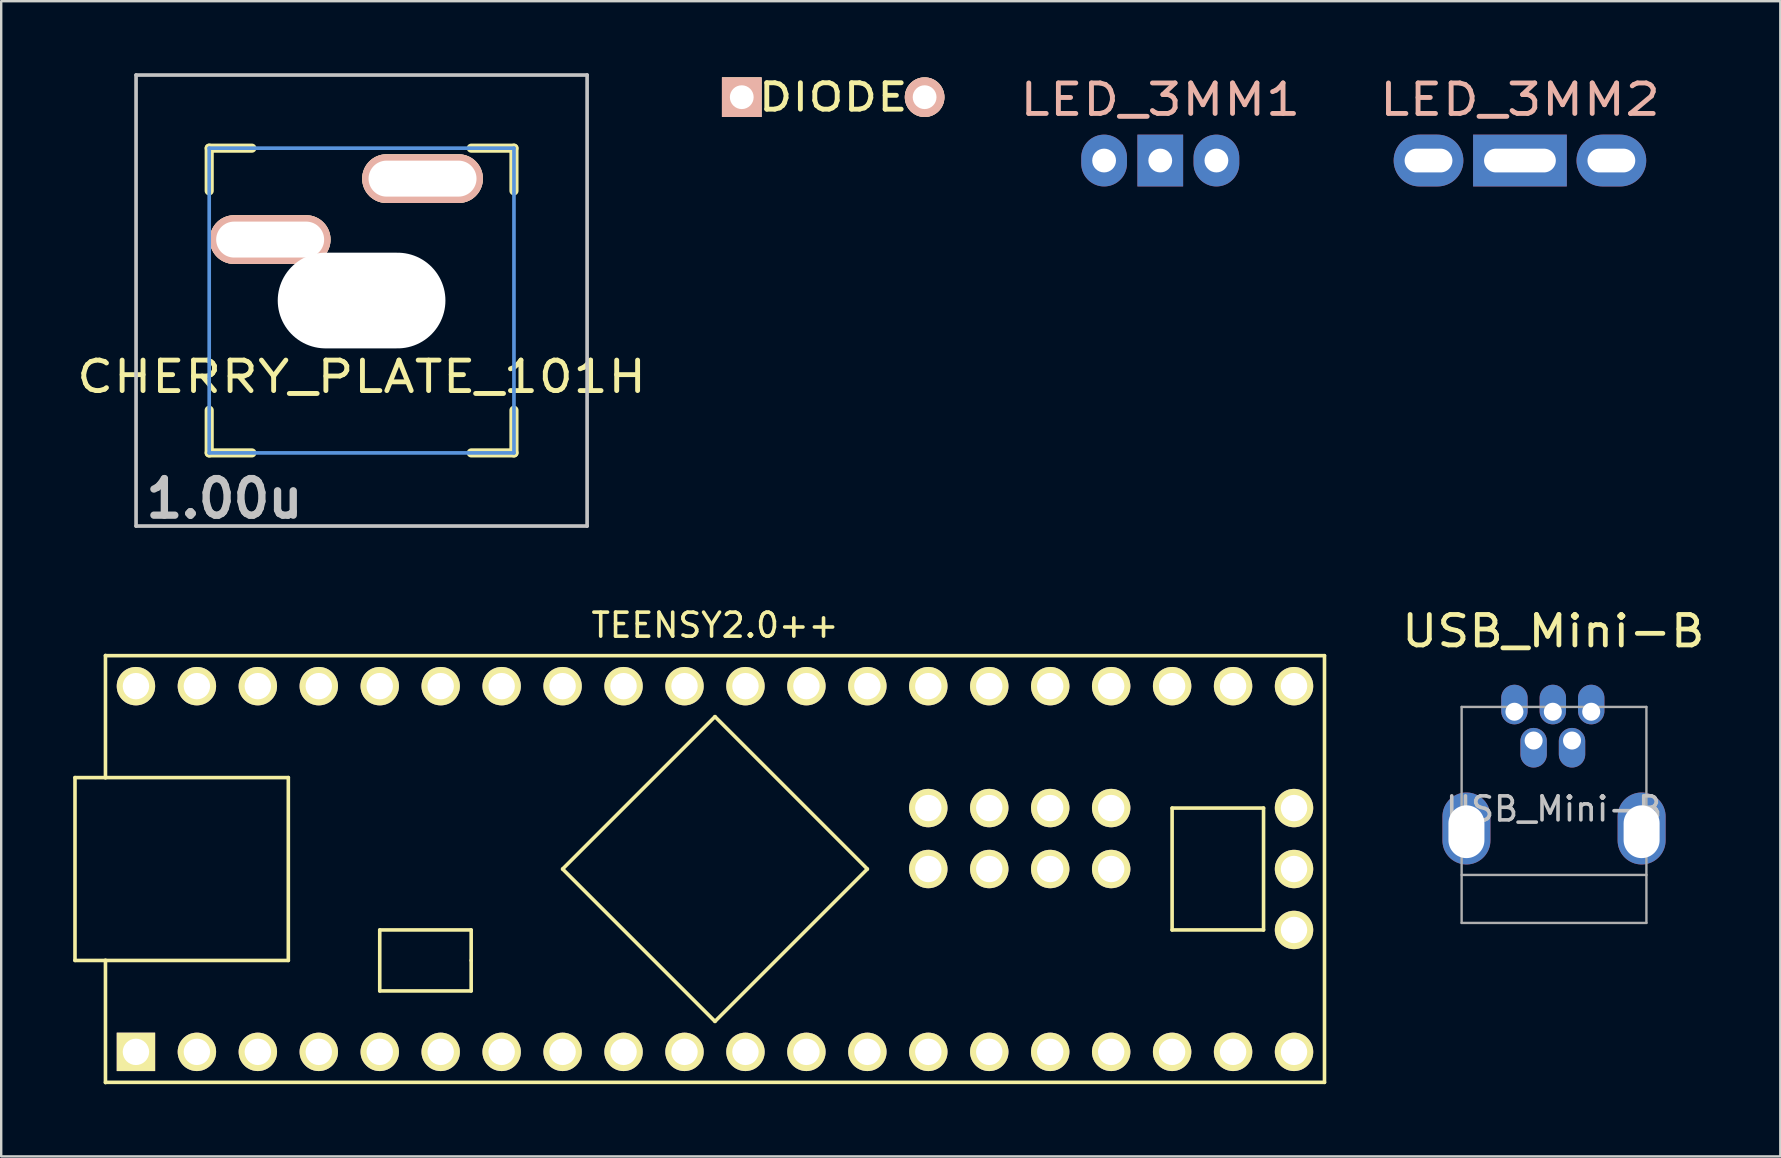
<source format=kicad_pcb>
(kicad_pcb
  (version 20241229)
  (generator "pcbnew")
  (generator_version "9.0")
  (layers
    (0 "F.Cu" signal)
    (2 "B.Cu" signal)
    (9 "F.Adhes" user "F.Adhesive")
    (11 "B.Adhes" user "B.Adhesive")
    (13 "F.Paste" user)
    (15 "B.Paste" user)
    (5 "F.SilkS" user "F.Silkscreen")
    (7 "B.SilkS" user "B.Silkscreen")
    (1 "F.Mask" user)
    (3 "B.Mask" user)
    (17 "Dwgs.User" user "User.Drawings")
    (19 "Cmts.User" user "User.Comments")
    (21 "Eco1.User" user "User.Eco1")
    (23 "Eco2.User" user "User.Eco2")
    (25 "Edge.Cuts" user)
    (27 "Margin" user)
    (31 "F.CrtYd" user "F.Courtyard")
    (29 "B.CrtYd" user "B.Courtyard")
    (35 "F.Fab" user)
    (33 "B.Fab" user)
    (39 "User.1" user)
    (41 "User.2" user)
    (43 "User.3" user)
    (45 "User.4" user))
  (footprint "TEENSY2.0++"
    (layer "F.Cu")
    (at 26.745 33.164)
    (property "Reference" "TEENSY2.0++" (at 0 -10.16 0) (layer "F.SilkS") (effects (font (size 1 1) (thickness 0.15))))
    (attr through_hole)
    (fp_line (start -26.67 -3.81) (end -26.67 3.81) (stroke (width 0.15) (type solid)) (layer "F.SilkS"))
    (fp_line (start -25.4 -8.9) (end -25.4 -3.8) (stroke (width 0.15) (type solid)) (layer "F.SilkS"))
    (fp_line (start -25.4 -8.89) (end 25.4 -8.89) (stroke (width 0.15) (type solid)) (layer "F.SilkS"))
    (fp_line (start -25.4 8.9) (end -25.4 3.8) (stroke (width 0.15) (type solid)) (layer "F.SilkS"))
    (fp_line (start -17.78 -3.81) (end -26.67 -3.81) (stroke (width 0.15) (type solid)) (layer "F.SilkS"))
    (fp_line (start -17.78 3.81) (end -26.67 3.81) (stroke (width 0.15) (type solid)) (layer "F.SilkS"))
    (fp_line (start -17.78 3.81) (end -17.78 -3.81) (stroke (width 0.15) (type solid)) (layer "F.SilkS"))
    (fp_line (start -13.97 2.54) (end -13.97 5.08) (stroke (width 0.15) (type solid)) (layer "F.SilkS"))
    (fp_line (start -13.97 5.08) (end -10.16 5.08) (stroke (width 0.15) (type solid)) (layer "F.SilkS"))
    (fp_line (start -10.16 2.54) (end -13.97 2.54) (stroke (width 0.15) (type solid)) (layer "F.SilkS"))
    (fp_line (start -10.16 3.81) (end -10.16 2.54) (stroke (width 0.15) (type solid)) (layer "F.SilkS"))
    (fp_line (start -10.16 5.08) (end -10.16 3.81) (stroke (width 0.15) (type solid)) (layer "F.SilkS"))
    (fp_line (start -6.35 0) (end 0 -6.35) (stroke (width 0.15) (type solid)) (layer "F.SilkS"))
    (fp_line (start 0 -6.35) (end 6.35 0) (stroke (width 0.15) (type solid)) (layer "F.SilkS"))
    (fp_line (start 0 6.35) (end -6.35 0) (stroke (width 0.15) (type solid)) (layer "F.SilkS"))
    (fp_line (start 6.35 0) (end 0 6.35) (stroke (width 0.15) (type solid)) (layer "F.SilkS"))
    (fp_line (start 19.05 -2.54) (end 22.86 -2.54) (stroke (width 0.15) (type solid)) (layer "F.SilkS"))
    (fp_line (start 19.05 2.54) (end 19.05 -2.54) (stroke (width 0.15) (type solid)) (layer "F.SilkS"))
    (fp_line (start 22.86 -2.54) (end 22.86 2.54) (stroke (width 0.15) (type solid)) (layer "F.SilkS"))
    (fp_line (start 22.86 2.54) (end 19.05 2.54) (stroke (width 0.15) (type solid)) (layer "F.SilkS"))
    (fp_line (start 25.4 -8.89) (end 25.4 8.89) (stroke (width 0.15) (type solid)) (layer "F.SilkS"))
    (fp_line (start 25.4 8.89) (end -25.4 8.89) (stroke (width 0.15) (type solid)) (layer "F.SilkS"))
    (pad "1" thru_hole rect (at -24.13 7.62) (size 1.6 1.6) (drill 1.1) (layers "*.Cu" "*.Mask" "F.SilkS"))
    (pad "2" thru_hole circle (at -21.59 7.62) (size 1.6 1.6) (drill 1.1) (layers "*.Cu" "*.Mask" "F.SilkS"))
    (pad "3" thru_hole circle (at -19.05 7.62) (size 1.6 1.6) (drill 1.1) (layers "*.Cu" "*.Mask" "F.SilkS"))
    (pad "4" thru_hole circle (at -16.51 7.62) (size 1.6 1.6) (drill 1.1) (layers "*.Cu" "*.Mask" "F.SilkS"))
    (pad "5" thru_hole circle (at -13.97 7.62) (size 1.6 1.6) (drill 1.1) (layers "*.Cu" "*.Mask" "F.SilkS"))
    (pad "6" thru_hole circle (at -11.43 7.62) (size 1.6 1.6) (drill 1.1) (layers "*.Cu" "*.Mask" "F.SilkS"))
    (pad "7" thru_hole circle (at -8.89 7.62) (size 1.6 1.6) (drill 1.1) (layers "*.Cu" "*.Mask" "F.SilkS"))
    (pad "8" thru_hole circle (at -6.35 7.62) (size 1.6 1.6) (drill 1.1) (layers "*.Cu" "*.Mask" "F.SilkS"))
    (pad "9" thru_hole circle (at -3.81 7.62) (size 1.6 1.6) (drill 1.1) (layers "*.Cu" "*.Mask" "F.SilkS"))
    (pad "10" thru_hole circle (at -1.27 7.62) (size 1.6 1.6) (drill 1.1) (layers "*.Cu" "*.Mask" "F.SilkS"))
    (pad "11" thru_hole circle (at 1.27 7.62) (size 1.6 1.6) (drill 1.1) (layers "*.Cu" "*.Mask" "F.SilkS"))
    (pad "12" thru_hole circle (at 3.81 7.62) (size 1.6 1.6) (drill 1.1) (layers "*.Cu" "*.Mask" "F.SilkS"))
    (pad "13" thru_hole circle (at 6.35 7.62) (size 1.6 1.6) (drill 1.1) (layers "*.Cu" "*.Mask" "F.SilkS"))
    (pad "14" thru_hole circle (at 8.89 7.62) (size 1.6 1.6) (drill 1.1) (layers "*.Cu" "*.Mask" "F.SilkS"))
    (pad "15" thru_hole circle (at 11.43 7.62) (size 1.6 1.6) (drill 1.1) (layers "*.Cu" "*.Mask" "F.SilkS"))
    (pad "16" thru_hole circle (at 13.97 7.62) (size 1.6 1.6) (drill 1.1) (layers "*.Cu" "*.Mask" "F.SilkS"))
    (pad "17" thru_hole circle (at 16.51 7.62) (size 1.6 1.6) (drill 1.1) (layers "*.Cu" "*.Mask" "F.SilkS"))
    (pad "18" thru_hole circle (at 19.05 7.62) (size 1.6 1.6) (drill 1.1) (layers "*.Cu" "*.Mask" "F.SilkS"))
    (pad "19" thru_hole circle (at 21.59 7.62) (size 1.6 1.6) (drill 1.1) (layers "*.Cu" "*.Mask" "F.SilkS"))
    (pad "20" thru_hole circle (at 24.13 7.62) (size 1.6 1.6) (drill 1.1) (layers "*.Cu" "*.Mask" "F.SilkS"))
    (pad "21" thru_hole circle (at 24.13 2.54) (size 1.6 1.6) (drill 1.1) (layers "*.Cu" "*.Mask" "F.SilkS"))
    (pad "22" thru_hole circle (at 24.13 0) (size 1.6 1.6) (drill 1.1) (layers "*.Cu" "*.Mask" "F.SilkS"))
    (pad "23" thru_hole circle (at 24.13 -2.54) (size 1.6 1.6) (drill 1.1) (layers "*.Cu" "*.Mask" "F.SilkS"))
    (pad "24" thru_hole circle (at 24.13 -7.62) (size 1.6 1.6) (drill 1.1) (layers "*.Cu" "*.Mask" "F.SilkS"))
    (pad "25" thru_hole circle (at 21.59 -7.62) (size 1.6 1.6) (drill 1.1) (layers "*.Cu" "*.Mask" "F.SilkS"))
    (pad "26" thru_hole circle (at 19.05 -7.62) (size 1.6 1.6) (drill 1.1) (layers "*.Cu" "*.Mask" "F.SilkS"))
    (pad "27" thru_hole circle (at 16.51 -7.62) (size 1.6 1.6) (drill 1.1) (layers "*.Cu" "*.Mask" "F.SilkS"))
    (pad "28" thru_hole circle (at 13.97 -7.62) (size 1.6 1.6) (drill 1.1) (layers "*.Cu" "*.Mask" "F.SilkS"))
    (pad "29" thru_hole circle (at 11.43 -7.62) (size 1.6 1.6) (drill 1.1) (layers "*.Cu" "*.Mask" "F.SilkS"))
    (pad "30" thru_hole circle (at 8.89 -7.62) (size 1.6 1.6) (drill 1.1) (layers "*.Cu" "*.Mask" "F.SilkS"))
    (pad "31" thru_hole circle (at 6.35 -7.62) (size 1.6 1.6) (drill 1.1) (layers "*.Cu" "*.Mask" "F.SilkS"))
    (pad "32" thru_hole circle (at 3.81 -7.62) (size 1.6 1.6) (drill 1.1) (layers "*.Cu" "*.Mask" "F.SilkS"))
    (pad "33" thru_hole circle (at 1.27 -7.62) (size 1.6 1.6) (drill 1.1) (layers "*.Cu" "*.Mask" "F.SilkS"))
    (pad "34" thru_hole circle (at -1.27 -7.62) (size 1.6 1.6) (drill 1.1) (layers "*.Cu" "*.Mask" "F.SilkS"))
    (pad "35" thru_hole circle (at -3.81 -7.62) (size 1.6 1.6) (drill 1.1) (layers "*.Cu" "*.Mask" "F.SilkS"))
    (pad "36" thru_hole circle (at -6.35 -7.62) (size 1.6 1.6) (drill 1.1) (layers "*.Cu" "*.Mask" "F.SilkS"))
    (pad "37" thru_hole circle (at -8.89 -7.62) (size 1.6 1.6) (drill 1.1) (layers "*.Cu" "*.Mask" "F.SilkS"))
    (pad "38" thru_hole circle (at -11.43 -7.62) (size 1.6 1.6) (drill 1.1) (layers "*.Cu" "*.Mask" "F.SilkS"))
    (pad "39" thru_hole circle (at -13.97 -7.62) (size 1.6 1.6) (drill 1.1) (layers "*.Cu" "*.Mask" "F.SilkS"))
    (pad "40" thru_hole circle (at -16.51 -7.62) (size 1.6 1.6) (drill 1.1) (layers "*.Cu" "*.Mask" "F.SilkS"))
    (pad "41" thru_hole circle (at -19.05 -7.62) (size 1.6 1.6) (drill 1.1) (layers "*.Cu" "*.Mask" "F.SilkS"))
    (pad "42" thru_hole circle (at -21.59 -7.62) (size 1.6 1.6) (drill 1.1) (layers "*.Cu" "*.Mask" "F.SilkS"))
    (pad "43" thru_hole circle (at -24.13 -7.62) (size 1.6 1.6) (drill 1.1) (layers "*.Cu" "*.Mask" "F.SilkS"))
    (pad "44" thru_hole circle (at 8.89 -2.54) (size 1.6 1.6) (drill 1.1) (layers "*.Cu" "*.Mask" "F.SilkS"))
    (pad "45" thru_hole circle (at 11.43 -2.54) (size 1.6 1.6) (drill 1.1) (layers "*.Cu" "*.Mask" "F.SilkS"))
    (pad "46" thru_hole circle (at 13.97 -2.54) (size 1.6 1.6) (drill 1.1) (layers "*.Cu" "*.Mask" "F.SilkS"))
    (pad "47" thru_hole circle (at 16.51 -2.54) (size 1.6 1.6) (drill 1.1) (layers "*.Cu" "*.Mask" "F.SilkS"))
    (pad "48" thru_hole circle (at 8.89 0) (size 1.6 1.6) (drill 1.1) (layers "*.Cu" "*.Mask" "F.SilkS"))
    (pad "49" thru_hole circle (at 11.43 0) (size 1.6 1.6) (drill 1.1) (layers "*.Cu" "*.Mask" "F.SilkS"))
    (pad "50" thru_hole circle (at 13.97 0) (size 1.6 1.6) (drill 1.1) (layers "*.Cu" "*.Mask" "F.SilkS"))
    (pad "51" thru_hole circle (at 16.51 0) (size 1.6 1.6) (drill 1.1) (layers "*.Cu" "*.Mask" "F.SilkS")))
  (footprint "USB_Mini-B"
    (layer "F.Cu")
    (at 65.52 35.41)
    (property "Reference" "USB_Mini-B" (at -3.84 -12.16 0) (layer "F.SilkS") (effects (font (size 1.27 1.4) (thickness 0.2))))
    (attr smd)
    (fp_line (start -7.66 -9) (end -7.66 0) (stroke (width 0.1) (type solid)) (layer "F.Fab"))
    (fp_line (start -7.66 -9) (end 0.04 -9) (stroke (width 0.1) (type solid)) (layer "F.Fab"))
    (fp_line (start -7.66 -2) (end 0.04 -2) (stroke (width 0.1) (type solid)) (layer "F.Fab"))
    (fp_line (start -7.66 0) (end 0.04 0) (stroke (width 0.1) (type solid)) (layer "F.Fab"))
    (fp_line (start 0.04 0) (end 0.04 -9) (stroke (width 0.1) (type solid)) (layer "F.Fab"))
    (fp_text user "${REFERENCE}" (at -3.81 -4.75 0) (layer "Dwgs.User") (effects (font (size 1 1) (thickness 0.15))))
    (pad "1" thru_hole oval (at -2.26 -8.8) (size 1.1 1.65) (drill oval 0.75 (offset 0 -0.3)) (layers "*.Cu" "*.Mask"))
    (pad "2" thru_hole oval (at -3.86 -8.8) (size 1.1 1.65) (drill oval 0.75 (offset 0 -0.3)) (layers "*.Cu" "*.Mask"))
    (pad "3" thru_hole oval (at -5.46 -8.8) (size 1.1 1.65) (drill oval 0.75 (offset 0 -0.3)) (layers "*.Cu" "*.Mask"))
    (pad "4" thru_hole oval (at -3.06 -7.6) (size 1.1 1.65) (drill oval 0.75 (offset 0 0.3)) (layers "*.Cu" "*.Mask"))
    (pad "5" thru_hole oval (at -4.66 -7.6) (size 1.1 1.65) (drill oval 0.75 (offset 0 0.3)) (layers "*.Cu" "*.Mask"))
    (pad "6" thru_hole oval (at -0.16 -3.8) (size 2 3) (drill oval 1.5 2.2 (offset 0 -0.135)) (layers "*.Cu" "*.Mask"))
    (pad "7" thru_hole oval (at -7.46 -3.8) (size 2 3) (drill oval 1.5 2.2 (offset 0 -0.135)) (layers "*.Cu" "*.Mask")))
  (footprint "LED_3MM1"
    (layer "F.Cu")
    (at 45.301 3.64)
    (property "Reference" "LED_3MM1" (at 0 -2.54 0) (layer "B.SilkS") (effects (font (size 1.27 1.524) (thickness 0.203))))
    (attr through_hole)
    (pad "1" thru_hole oval (at -2.34 0) (size 1.905 2.159) (drill 0.991) (layers "*.Cu" "*.Mask"))
    (pad "1" thru_hole oval (at 2.34 0) (size 1.905 2.159) (drill 0.991) (layers "*.Cu" "*.Mask"))
    (pad "2" thru_hole rect (at 0 0) (size 1.905 2.159) (drill 0.991) (layers "*.Cu" "*.Mask")))
  (footprint "LED_3MM2"
    (layer "F.Cu")
    (at 60.29 3.64)
    (property "Reference" "LED_3MM2" (at 0 -2.54 0) (layer "B.SilkS") (effects (font (size 1.27 1.524) (thickness 0.203))))
    (attr through_hole)
    (pad "1" thru_hole oval (at -3.81 0) (size 2.905 2.159) (drill oval 1.991 0.991) (layers "*.Cu" "*.Mask"))
    (pad "1" thru_hole oval (at 3.81 0) (size 2.905 2.159) (drill oval 1.991 0.991) (layers "*.Cu" "*.Mask"))
    (pad "2" thru_hole rect (at 0 0) (size 3.905 2.159) (drill oval 2.991 0.991) (layers "*.Cu" "*.Mask")))
  (footprint "DIODE"
    (layer "F.Cu")
    (at 31.671 1)
    (property "Reference" "DIODE" (at 0 0 0) (layer "F.SilkS") (effects (font (size 1.1 1.4) (thickness 0.203))))
    (attr through_hole)
    (pad "1" thru_hole rect (at -3.81 0) (size 1.651 1.651) (drill 0.991) (layers "*.Cu" "*.SilkS" "*.Mask"))
    (pad "2" thru_hole circle (at 3.81 0) (size 1.651 1.651) (drill 0.991) (layers "*.Cu" "*.SilkS" "*.Mask")))
  (footprint "CHERRY_PLATE_101H"
    (layer "F.Cu")
    (at 12.018 9.474)
    (property "Reference" "CHERRY_PLATE_101H" (at 0 3.175 0) (layer "F.SilkS") (effects (font (size 1.27 1.524) (thickness 0.203))))
    (attr through_hole)
    (fp_line (start -6.35 -6.35) (end -4.572 -6.35) (stroke (width 0.381) (type solid)) (layer "F.SilkS"))
    (fp_line (start -6.35 -4.572) (end -6.35 -6.35) (stroke (width 0.381) (type solid)) (layer "F.SilkS"))
    (fp_line (start -6.35 6.35) (end -6.35 4.572) (stroke (width 0.381) (type solid)) (layer "F.SilkS"))
    (fp_line (start -4.572 6.35) (end -6.35 6.35) (stroke (width 0.381) (type solid)) (layer "F.SilkS"))
    (fp_line (start 4.572 -6.35) (end 6.35 -6.35) (stroke (width 0.381) (type solid)) (layer "F.SilkS"))
    (fp_line (start 6.35 -6.35) (end 6.35 -4.572) (stroke (width 0.381) (type solid)) (layer "F.SilkS"))
    (fp_line (start 6.35 4.572) (end 6.35 6.35) (stroke (width 0.381) (type solid)) (layer "F.SilkS"))
    (fp_line (start 6.35 6.35) (end 4.572 6.35) (stroke (width 0.381) (type solid)) (layer "F.SilkS"))
    (fp_line (start -9.398 -9.398) (end 9.398 -9.398) (stroke (width 0.152) (type solid)) (layer "Dwgs.User"))
    (fp_line (start -9.398 9.398) (end -9.398 -9.398) (stroke (width 0.152) (type solid)) (layer "Dwgs.User"))
    (fp_line (start 9.398 -9.398) (end 9.398 9.398) (stroke (width 0.152) (type solid)) (layer "Dwgs.User"))
    (fp_line (start 9.398 9.398) (end -9.398 9.398) (stroke (width 0.152) (type solid)) (layer "Dwgs.User"))
    (fp_line (start -6.35 -6.35) (end 6.35 -6.35) (stroke (width 0.152) (type solid)) (layer "Cmts.User"))
    (fp_line (start -6.35 6.35) (end -6.35 -6.35) (stroke (width 0.152) (type solid)) (layer "Cmts.User"))
    (fp_line (start 6.35 -6.35) (end 6.35 6.35) (stroke (width 0.152) (type solid)) (layer "Cmts.User"))
    (fp_line (start 6.35 6.35) (end -6.35 6.35) (stroke (width 0.152) (type solid)) (layer "Cmts.User"))
    (fp_text user "1.00u" (at -5.715 8.255 0) (layer "Dwgs.User") (effects (font (size 1.524 1.524) (thickness 0.305))))
    (pad "" np_thru_hole oval (at 0 0) (size 6.988 3.988) (drill oval 6.988 3.988) (layers "*.Cu"))
    (pad "1" thru_hole oval (at 2.54 -5.08) (size 5.032 2.032) (drill oval 4.499 1.499) (layers "*.Cu" "*.SilkS" "*.Mask"))
    (pad "2" thru_hole oval (at -3.81 -2.54) (size 5.032 2.032) (drill oval 4.499 1.499) (layers "*.Cu" "*.SilkS" "*.Mask")))
  (gr_rect
    (start -3 -3)
    (end 71.14 45.139)
    (stroke (width 0.1) (type default))
    (fill no)
    (layer "Edge.Cuts")))
</source>
